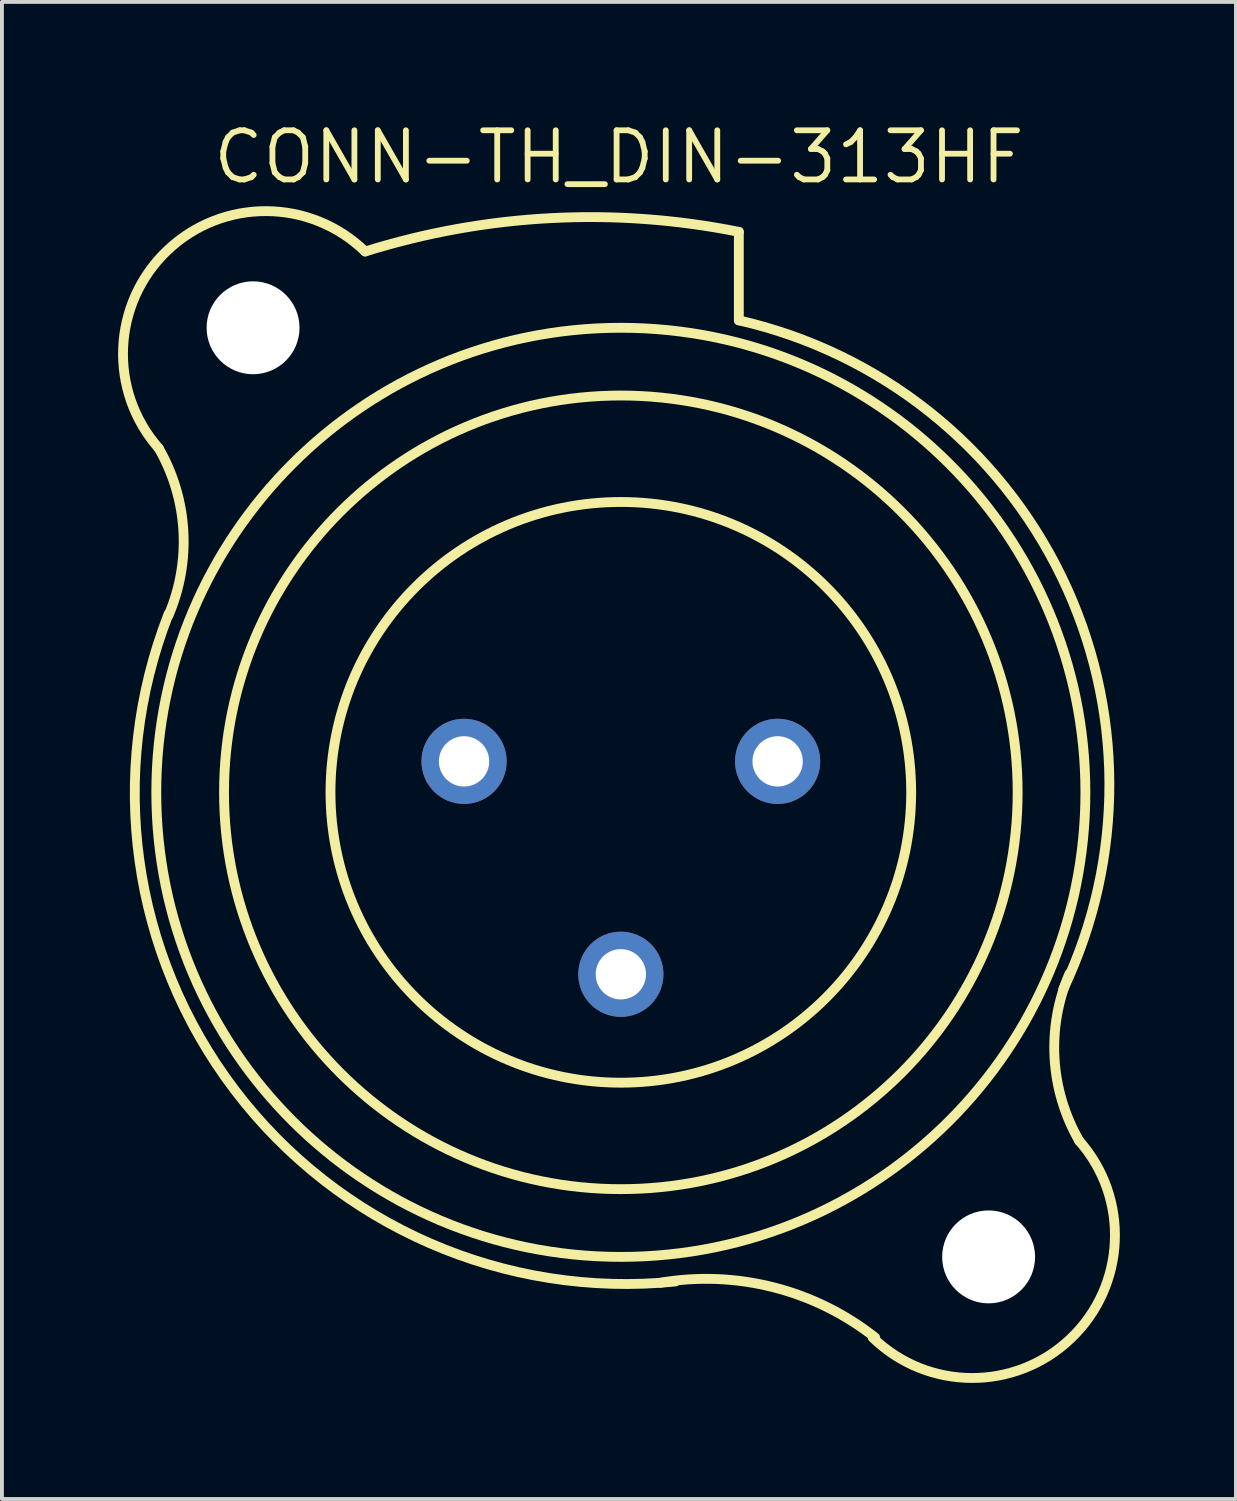
<source format=kicad_pcb>
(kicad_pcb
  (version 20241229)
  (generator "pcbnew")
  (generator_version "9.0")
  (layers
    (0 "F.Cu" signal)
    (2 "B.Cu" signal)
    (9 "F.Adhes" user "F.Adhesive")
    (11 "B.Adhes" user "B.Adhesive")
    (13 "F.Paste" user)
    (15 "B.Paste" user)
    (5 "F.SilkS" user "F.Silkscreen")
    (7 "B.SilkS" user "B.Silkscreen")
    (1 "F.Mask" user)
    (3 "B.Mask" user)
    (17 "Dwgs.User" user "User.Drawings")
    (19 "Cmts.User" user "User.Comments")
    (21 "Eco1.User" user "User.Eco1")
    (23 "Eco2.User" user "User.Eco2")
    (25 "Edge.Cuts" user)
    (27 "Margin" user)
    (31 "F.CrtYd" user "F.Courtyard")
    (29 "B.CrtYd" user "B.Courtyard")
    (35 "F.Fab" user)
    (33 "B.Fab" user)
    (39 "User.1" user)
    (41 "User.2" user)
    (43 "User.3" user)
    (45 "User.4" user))
  (footprint "CONN-TH_DIN-313HF"
    (layer "F.Cu")
    (at 12.987 19.367)
    (property "Reference" "CONN-TH_DIN-313HF" (at -0.049 -18.361 0) (layer "F.SilkS") (effects (font (size 1.27 1.27) (thickness 0.15))))
    (attr through_hole)
    (fp_line (start 3.048 -16.428) (end 3.048 -14.142) (stroke (width 0.254) (type solid)) (layer "F.SilkS"))
    (fp_arc (start -11.938 -10.84) (mid -11.30046 -8.711148) (end -11.684282 -6.522278) (stroke (width 0.254) (type solid)) (layer "F.SilkS"))
    (fp_arc (start -11.938 -10.84) (mid -11.71633 -15.946351) (end -6.605233 -15.920911) (stroke (width 0.254) (type solid)) (layer "F.SilkS"))
    (fp_arc (start -6.604 -15.92) (mid -1.809843 -16.782375) (end 3.048334 -16.427773) (stroke (width 0.254) (type solid)) (layer "F.SilkS"))
    (fp_arc (start 1.016 10.718) (mid 3.943911 10.83533) (end 6.570889 12.133565) (stroke (width 0.254) (type solid)) (layer "F.SilkS"))
    (fp_arc (start 1.406 10.686) (mid -9.973989 5.737405) (end -11.683594 -6.553648) (stroke (width 0.254) (type solid)) (layer "F.SilkS"))
    (fp_arc (start 3.048 -14.142) (mid 11.385425 -7.517756) (end 11.430065 3.130778) (stroke (width 0.254) (type solid)) (layer "F.SilkS"))
    (fp_arc (start 11.841 7.053) (mid 11.618369 12.16035) (end 6.506236 12.133988) (stroke (width 0.254) (type solid)) (layer "F.SilkS"))
    (fp_arc (start 11.841 7.053) (mid 11.20346 4.924148) (end 11.587282 2.735278) (stroke (width 0.254) (type solid)) (layer "F.SilkS"))
    (fp_circle (center 0 -1.95) (end 7.5 -1.95) (stroke (width 0.254) (type solid)) (fill no) (layer "F.SilkS"))
    (fp_circle (center 0 -1.95) (end 10.25 -1.95) (stroke (width 0.254) (type solid)) (fill no) (layer "F.SilkS"))
    (fp_circle (center 0 -1.95) (end 12 -1.95) (stroke (width 0.254) (type solid)) (fill no) (layer "F.SilkS"))
    (fp_text user "" (at 0 0 0) (layer "Cmts.User") (effects (font (size 1 1) (thickness 0.15))))
    (pad "" np_thru_hole circle (at -9.5 -13.95) (size 2.4 2.4) (drill 2.4) (layers "*.Cu" "*.Mask"))
    (pad "" np_thru_hole circle (at 9.5 10.05) (size 2.4 2.4) (drill 2.4) (layers "*.Cu" "*.Mask"))
    (pad "1" thru_hole circle (at 4.05 -2.75) (size 2.2 2.2) (drill 1.3) (layers "*.Cu" "*.Paste" "*.Mask"))
    (pad "2" thru_hole circle (at -4.05 -2.75) (size 2.2 2.2) (drill 1.3) (layers "*.Cu" "*.Paste" "*.Mask"))
    (pad "3" thru_hole circle (at 0 2.75) (size 2.2 2.2) (drill 1.3) (layers "*.Cu" "*.Paste" "*.Mask")))
  (gr_rect
    (start -3 -3)
    (end 28.876 35.671)
    (stroke (width 0.1) (type default))
    (fill no)
    (layer "Edge.Cuts")))
</source>
